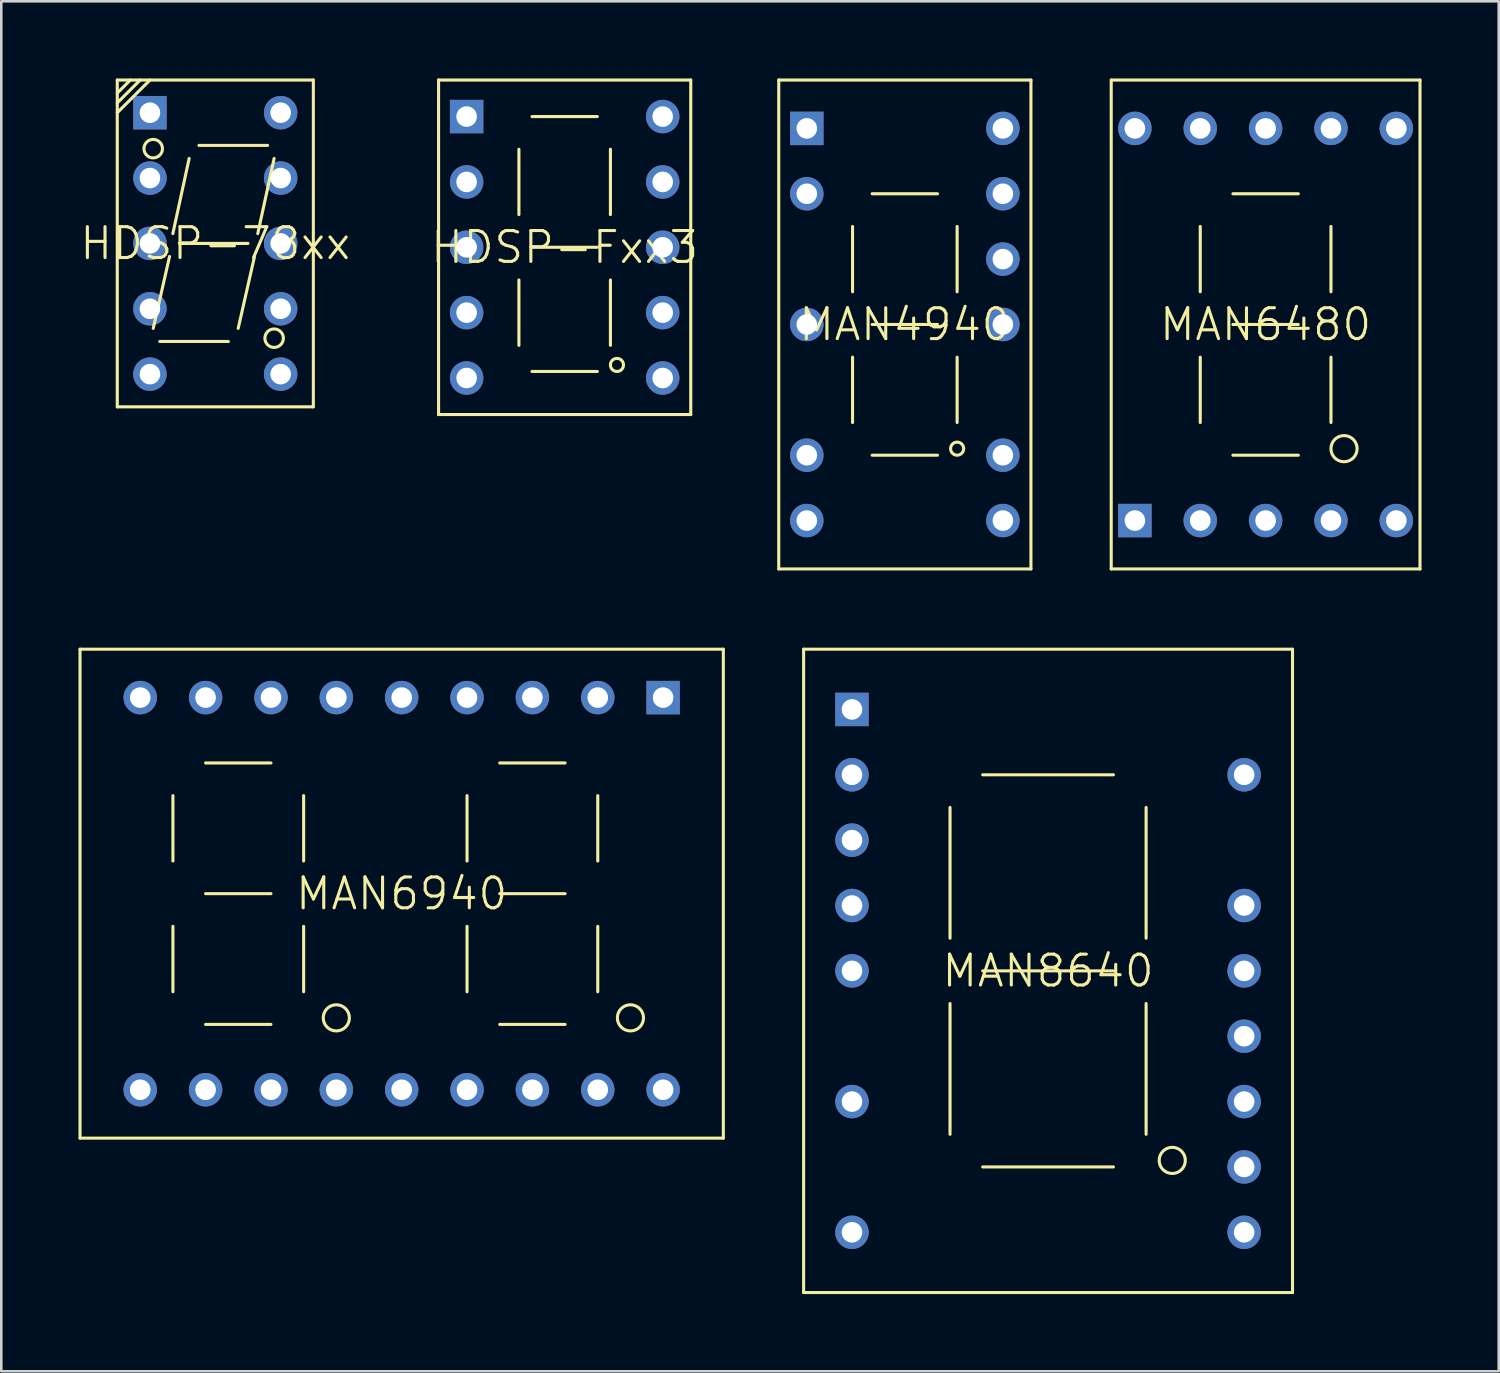
<source format=kicad_pcb>
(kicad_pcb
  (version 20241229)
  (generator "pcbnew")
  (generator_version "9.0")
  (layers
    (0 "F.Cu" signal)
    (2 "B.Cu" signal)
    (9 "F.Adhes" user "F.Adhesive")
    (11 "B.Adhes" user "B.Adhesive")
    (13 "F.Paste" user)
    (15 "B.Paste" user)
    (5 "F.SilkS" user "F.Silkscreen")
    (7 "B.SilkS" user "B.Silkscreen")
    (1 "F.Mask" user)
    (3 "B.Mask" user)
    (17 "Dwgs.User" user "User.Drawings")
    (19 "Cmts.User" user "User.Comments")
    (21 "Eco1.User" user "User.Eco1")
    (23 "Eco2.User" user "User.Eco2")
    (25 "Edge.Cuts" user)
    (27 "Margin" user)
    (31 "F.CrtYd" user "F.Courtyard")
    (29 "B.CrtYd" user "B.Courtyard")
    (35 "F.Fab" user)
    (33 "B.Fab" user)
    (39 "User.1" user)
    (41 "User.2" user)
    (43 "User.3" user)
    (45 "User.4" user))
  (footprint "MAN6480"
    (layer "F.Cu")
    (at 46.134 9.56)
    (property "Reference" "MAN6480" (at 0 0 0) (layer "F.SilkS") (effects (font (size 1.2 1.2) (thickness 0.12))))
    (attr through_hole)
    (fp_line (start -6 -9.5) (end 6 -9.5) (stroke (width 0.12) (type solid)) (layer "F.SilkS"))
    (fp_line (start -6 9.5) (end -6 -9.5) (stroke (width 0.12) (type solid)) (layer "F.SilkS"))
    (fp_line (start -2.54 -1.27) (end -2.54 -3.81) (stroke (width 0.12) (type solid)) (layer "F.SilkS"))
    (fp_line (start -2.54 3.81) (end -2.54 1.27) (stroke (width 0.12) (type solid)) (layer "F.SilkS"))
    (fp_line (start -1.27 0) (end 1.27 0) (stroke (width 0.12) (type solid)) (layer "F.SilkS"))
    (fp_line (start -1.27 5.08) (end 1.27 5.08) (stroke (width 0.12) (type solid)) (layer "F.SilkS"))
    (fp_line (start 1.27 -5.08) (end -1.27 -5.08) (stroke (width 0.12) (type solid)) (layer "F.SilkS"))
    (fp_line (start 2.54 -3.81) (end 2.54 -1.27) (stroke (width 0.12) (type solid)) (layer "F.SilkS"))
    (fp_line (start 2.54 1.27) (end 2.54 3.81) (stroke (width 0.12) (type solid)) (layer "F.SilkS"))
    (fp_line (start 6 -9.5) (end 6 9.5) (stroke (width 0.12) (type solid)) (layer "F.SilkS"))
    (fp_line (start 6 9.5) (end -6 9.5) (stroke (width 0.12) (type solid)) (layer "F.SilkS"))
    (fp_circle (center 3.048 4.826) (end 3.048 5.334) (stroke (width 0.12) (type solid)) (fill no) (layer "F.SilkS"))
    (pad "1" thru_hole rect (at -5.08 7.62) (size 1.3 1.3) (drill 0.8) (layers "*.Cu" "*.Mask"))
    (pad "2" thru_hole circle (at -2.54 7.62) (size 1.3 1.3) (drill 0.8) (layers "*.Cu" "*.Mask"))
    (pad "3" thru_hole circle (at 0 7.62) (size 1.3 1.3) (drill 0.8) (layers "*.Cu" "*.Mask"))
    (pad "4" thru_hole circle (at 2.54 7.62) (size 1.3 1.3) (drill 0.8) (layers "*.Cu" "*.Mask"))
    (pad "5" thru_hole circle (at 5.08 7.62) (size 1.3 1.3) (drill 0.8) (layers "*.Cu" "*.Mask"))
    (pad "6" thru_hole circle (at 5.08 -7.62) (size 1.3 1.3) (drill 0.8) (layers "*.Cu" "*.Mask"))
    (pad "7" thru_hole circle (at 2.54 -7.62) (size 1.3 1.3) (drill 0.8) (layers "*.Cu" "*.Mask"))
    (pad "8" thru_hole circle (at 0 -7.62) (size 1.3 1.3) (drill 0.8) (layers "*.Cu" "*.Mask"))
    (pad "9" thru_hole circle (at -2.54 -7.62) (size 1.3 1.3) (drill 0.8) (layers "*.Cu" "*.Mask"))
    (pad "10" thru_hole circle (at -5.08 -7.62) (size 1.3 1.3) (drill 0.8) (layers "*.Cu" "*.Mask")))
  (footprint "MAN8640"
    (layer "F.Cu")
    (at 37.68 34.68)
    (property "Reference" "MAN8640" (at 0 0 0) (layer "F.SilkS") (effects (font (size 1.2 1.2) (thickness 0.12))))
    (attr through_hole)
    (fp_line (start -9.5 -12.5) (end 9.5 -12.5) (stroke (width 0.12) (type solid)) (layer "F.SilkS"))
    (fp_line (start -9.5 12.5) (end -9.5 -12.5) (stroke (width 0.12) (type solid)) (layer "F.SilkS"))
    (fp_line (start -3.81 -6.35) (end -3.81 -1.27) (stroke (width 0.12) (type solid)) (layer "F.SilkS"))
    (fp_line (start -3.81 1.27) (end -3.81 6.35) (stroke (width 0.12) (type solid)) (layer "F.SilkS"))
    (fp_line (start -2.54 0) (end 2.54 0) (stroke (width 0.12) (type solid)) (layer "F.SilkS"))
    (fp_line (start -2.54 7.62) (end 2.54 7.62) (stroke (width 0.12) (type solid)) (layer "F.SilkS"))
    (fp_line (start 2.54 -7.62) (end -2.54 -7.62) (stroke (width 0.12) (type solid)) (layer "F.SilkS"))
    (fp_line (start 3.81 -1.27) (end 3.81 -6.35) (stroke (width 0.12) (type solid)) (layer "F.SilkS"))
    (fp_line (start 3.81 6.35) (end 3.81 1.27) (stroke (width 0.12) (type solid)) (layer "F.SilkS"))
    (fp_line (start 9.5 -12.5) (end 9.5 12.5) (stroke (width 0.12) (type solid)) (layer "F.SilkS"))
    (fp_line (start 9.5 12.5) (end -9.5 12.5) (stroke (width 0.12) (type solid)) (layer "F.SilkS"))
    (fp_circle (center 4.826 7.366) (end 4.826 7.874) (stroke (width 0.12) (type solid)) (fill no) (layer "F.SilkS"))
    (pad "1" thru_hole rect (at -7.62 -10.16) (size 1.3 1.3) (drill 0.8) (layers "*.Cu" "*.Mask"))
    (pad "2" thru_hole circle (at -7.62 -7.62) (size 1.3 1.3) (drill 0.8) (layers "*.Cu" "*.Mask"))
    (pad "3" thru_hole circle (at -7.62 -5.08) (size 1.3 1.3) (drill 0.8) (layers "*.Cu" "*.Mask"))
    (pad "4" thru_hole circle (at -7.62 -2.54) (size 1.3 1.3) (drill 0.8) (layers "*.Cu" "*.Mask"))
    (pad "5" thru_hole circle (at -7.62 0) (size 1.3 1.3) (drill 0.8) (layers "*.Cu" "*.Mask"))
    (pad "7" thru_hole circle (at -7.62 5.08) (size 1.3 1.3) (drill 0.8) (layers "*.Cu" "*.Mask"))
    (pad "9" thru_hole circle (at -7.62 10.16) (size 1.3 1.3) (drill 0.8) (layers "*.Cu" "*.Mask"))
    (pad "10" thru_hole circle (at 7.62 10.16) (size 1.3 1.3) (drill 0.8) (layers "*.Cu" "*.Mask"))
    (pad "11" thru_hole circle (at 7.62 7.62) (size 1.3 1.3) (drill 0.8) (layers "*.Cu" "*.Mask"))
    (pad "12" thru_hole circle (at 7.62 5.08) (size 1.3 1.3) (drill 0.8) (layers "*.Cu" "*.Mask"))
    (pad "13" thru_hole circle (at 7.62 2.54) (size 1.3 1.3) (drill 0.8) (layers "*.Cu" "*.Mask"))
    (pad "14" thru_hole circle (at 7.62 0) (size 1.3 1.3) (drill 0.8) (layers "*.Cu" "*.Mask"))
    (pad "15" thru_hole circle (at 7.62 -2.54) (size 1.3 1.3) (drill 0.8) (layers "*.Cu" "*.Mask"))
    (pad "17" thru_hole circle (at 7.62 -7.62) (size 1.3 1.3) (drill 0.8) (layers "*.Cu" "*.Mask")))
  (footprint "MAN6940"
    (layer "F.Cu")
    (at 12.56 31.68)
    (property "Reference" "MAN6940" (at 0 0 0) (layer "F.SilkS") (effects (font (size 1.2 1.2) (thickness 0.12))))
    (attr through_hole)
    (fp_line (start -12.5 -9.5) (end 12.5 -9.5) (stroke (width 0.12) (type solid)) (layer "F.SilkS"))
    (fp_line (start -12.5 9.5) (end -12.5 -9.5) (stroke (width 0.12) (type solid)) (layer "F.SilkS"))
    (fp_line (start -8.89 -1.27) (end -8.89 -3.81) (stroke (width 0.12) (type solid)) (layer "F.SilkS"))
    (fp_line (start -8.89 1.27) (end -8.89 3.81) (stroke (width 0.12) (type solid)) (layer "F.SilkS"))
    (fp_line (start -7.62 -5.08) (end -5.08 -5.08) (stroke (width 0.12) (type solid)) (layer "F.SilkS"))
    (fp_line (start -7.62 5.08) (end -5.08 5.08) (stroke (width 0.12) (type solid)) (layer "F.SilkS"))
    (fp_line (start -5.08 0) (end -7.62 0) (stroke (width 0.12) (type solid)) (layer "F.SilkS"))
    (fp_line (start -3.81 -1.27) (end -3.81 -3.81) (stroke (width 0.12) (type solid)) (layer "F.SilkS"))
    (fp_line (start -3.81 3.81) (end -3.81 1.27) (stroke (width 0.12) (type solid)) (layer "F.SilkS"))
    (fp_line (start 2.54 -3.81) (end 2.54 -1.27) (stroke (width 0.12) (type solid)) (layer "F.SilkS"))
    (fp_line (start 2.54 1.27) (end 2.54 3.81) (stroke (width 0.12) (type solid)) (layer "F.SilkS"))
    (fp_line (start 3.81 -5.08) (end 6.35 -5.08) (stroke (width 0.12) (type solid)) (layer "F.SilkS"))
    (fp_line (start 3.81 0) (end 6.35 0) (stroke (width 0.12) (type solid)) (layer "F.SilkS"))
    (fp_line (start 3.81 5.08) (end 6.35 5.08) (stroke (width 0.12) (type solid)) (layer "F.SilkS"))
    (fp_line (start 7.62 -1.27) (end 7.62 -3.81) (stroke (width 0.12) (type solid)) (layer "F.SilkS"))
    (fp_line (start 7.62 3.81) (end 7.62 1.27) (stroke (width 0.12) (type solid)) (layer "F.SilkS"))
    (fp_line (start 12.5 -9.5) (end 12.5 9.5) (stroke (width 0.12) (type solid)) (layer "F.SilkS"))
    (fp_line (start 12.5 9.5) (end -12.5 9.5) (stroke (width 0.12) (type solid)) (layer "F.SilkS"))
    (fp_circle (center -2.54 4.826) (end -2.54 5.334) (stroke (width 0.12) (type solid)) (fill no) (layer "F.SilkS"))
    (fp_circle (center 8.89 4.826) (end 8.89 5.334) (stroke (width 0.12) (type solid)) (fill no) (layer "F.SilkS"))
    (pad "1" thru_hole rect (at 10.16 -7.62) (size 1.3 1.3) (drill 0.8) (layers "*.Cu" "*.Mask"))
    (pad "2" thru_hole circle (at 7.62 -7.62) (size 1.3 1.3) (drill 0.8) (layers "*.Cu" "*.Mask"))
    (pad "3" thru_hole circle (at 5.08 -7.62) (size 1.3 1.3) (drill 0.8) (layers "*.Cu" "*.Mask"))
    (pad "4" thru_hole circle (at 2.54 -7.62) (size 1.3 1.3) (drill 0.8) (layers "*.Cu" "*.Mask"))
    (pad "5" thru_hole circle (at 0 -7.62) (size 1.3 1.3) (drill 0.8) (layers "*.Cu" "*.Mask"))
    (pad "6" thru_hole circle (at -2.54 -7.62) (size 1.3 1.3) (drill 0.8) (layers "*.Cu" "*.Mask"))
    (pad "7" thru_hole circle (at -5.08 -7.62) (size 1.3 1.3) (drill 0.8) (layers "*.Cu" "*.Mask"))
    (pad "8" thru_hole circle (at -7.62 -7.62) (size 1.3 1.3) (drill 0.8) (layers "*.Cu" "*.Mask"))
    (pad "9" thru_hole circle (at -10.16 -7.62) (size 1.3 1.3) (drill 0.8) (layers "*.Cu" "*.Mask"))
    (pad "10" thru_hole circle (at -10.16 7.62) (size 1.3 1.3) (drill 0.8) (layers "*.Cu" "*.Mask"))
    (pad "11" thru_hole circle (at -7.62 7.62) (size 1.3 1.3) (drill 0.8) (layers "*.Cu" "*.Mask"))
    (pad "12" thru_hole circle (at -5.08 7.62) (size 1.3 1.3) (drill 0.8) (layers "*.Cu" "*.Mask"))
    (pad "13" thru_hole circle (at -2.54 7.62) (size 1.3 1.3) (drill 0.8) (layers "*.Cu" "*.Mask"))
    (pad "14" thru_hole circle (at 0 7.62) (size 1.3 1.3) (drill 0.8) (layers "*.Cu" "*.Mask"))
    (pad "15" thru_hole circle (at 2.54 7.62) (size 1.3 1.3) (drill 0.8) (layers "*.Cu" "*.Mask"))
    (pad "16" thru_hole circle (at 5.08 7.62) (size 1.3 1.3) (drill 0.8) (layers "*.Cu" "*.Mask"))
    (pad "17" thru_hole circle (at 7.62 7.62) (size 1.3 1.3) (drill 0.8) (layers "*.Cu" "*.Mask"))
    (pad "18" thru_hole circle (at 10.16 7.62) (size 1.3 1.3) (drill 0.8) (layers "*.Cu" "*.Mask")))
  (footprint "HDSP-Fxx3"
    (layer "F.Cu")
    (at 18.894 6.56)
    (property "Reference" "HDSP-Fxx3" (at 0 0 0) (layer "F.SilkS") (effects (font (size 1.2 1.2) (thickness 0.12))))
    (attr through_hole)
    (fp_line (start -4.9 -6.5) (end 4.9 -6.5) (stroke (width 0.12) (type solid)) (layer "F.SilkS"))
    (fp_line (start -4.9 6.5) (end -4.9 -6.5) (stroke (width 0.12) (type solid)) (layer "F.SilkS"))
    (fp_line (start -1.778 -3.81) (end -1.778 -1.27) (stroke (width 0.12) (type solid)) (layer "F.SilkS"))
    (fp_line (start -1.778 1.27) (end -1.778 3.81) (stroke (width 0.12) (type solid)) (layer "F.SilkS"))
    (fp_line (start -1.27 -5.08) (end 1.27 -5.08) (stroke (width 0.12) (type solid)) (layer "F.SilkS"))
    (fp_line (start -1.27 0) (end 1.27 0) (stroke (width 0.12) (type solid)) (layer "F.SilkS"))
    (fp_line (start -1.27 4.826) (end 1.27 4.826) (stroke (width 0.12) (type solid)) (layer "F.SilkS"))
    (fp_line (start 1.778 -1.27) (end 1.778 -3.81) (stroke (width 0.12) (type solid)) (layer "F.SilkS"))
    (fp_line (start 1.778 3.81) (end 1.778 1.27) (stroke (width 0.12) (type solid)) (layer "F.SilkS"))
    (fp_line (start 4.9 -6.5) (end 4.9 6.5) (stroke (width 0.12) (type solid)) (layer "F.SilkS"))
    (fp_line (start 4.9 6.5) (end -4.9 6.5) (stroke (width 0.12) (type solid)) (layer "F.SilkS"))
    (fp_circle (center 2.032 4.572) (end 2.032 4.318) (stroke (width 0.12) (type solid)) (fill no) (layer "F.SilkS"))
    (pad "1" thru_hole rect (at -3.81 -5.08) (size 1.3 1.3) (drill 0.8) (layers "*.Cu" "*.Mask"))
    (pad "2" thru_hole circle (at -3.81 -2.54) (size 1.3 1.3) (drill 0.8) (layers "*.Cu" "*.Mask"))
    (pad "3" thru_hole circle (at -3.81 0) (size 1.3 1.3) (drill 0.8) (layers "*.Cu" "*.Mask"))
    (pad "4" thru_hole circle (at -3.81 2.54) (size 1.3 1.3) (drill 0.8) (layers "*.Cu" "*.Mask"))
    (pad "5" thru_hole circle (at -3.81 5.08) (size 1.3 1.3) (drill 0.8) (layers "*.Cu" "*.Mask"))
    (pad "6" thru_hole circle (at 3.81 5.08) (size 1.3 1.3) (drill 0.8) (layers "*.Cu" "*.Mask"))
    (pad "7" thru_hole circle (at 3.81 2.54) (size 1.3 1.3) (drill 0.8) (layers "*.Cu" "*.Mask"))
    (pad "8" thru_hole circle (at 3.81 0) (size 1.3 1.3) (drill 0.8) (layers "*.Cu" "*.Mask"))
    (pad "9" thru_hole circle (at 3.81 -2.54) (size 1.3 1.3) (drill 0.8) (layers "*.Cu" "*.Mask"))
    (pad "10" thru_hole circle (at 3.81 -5.08) (size 1.3 1.3) (drill 0.8) (layers "*.Cu" "*.Mask")))
  (footprint "MAN4940"
    (layer "F.Cu")
    (at 32.114 9.56)
    (property "Reference" "MAN4940" (at 0 0 0) (layer "F.SilkS") (effects (font (size 1.2 1.2) (thickness 0.12))))
    (attr through_hole)
    (fp_line (start -4.9 -9.5) (end 4.9 -9.5) (stroke (width 0.12) (type solid)) (layer "F.SilkS"))
    (fp_line (start -4.9 9.5) (end -4.9 -9.5) (stroke (width 0.12) (type solid)) (layer "F.SilkS"))
    (fp_line (start -2.032 -1.27) (end -2.032 -3.81) (stroke (width 0.12) (type solid)) (layer "F.SilkS"))
    (fp_line (start -2.032 3.81) (end -2.032 1.27) (stroke (width 0.12) (type solid)) (layer "F.SilkS"))
    (fp_line (start -1.27 -5.08) (end 1.27 -5.08) (stroke (width 0.12) (type solid)) (layer "F.SilkS"))
    (fp_line (start -1.27 0) (end 1.27 0) (stroke (width 0.12) (type solid)) (layer "F.SilkS"))
    (fp_line (start 1.27 5.08) (end -1.27 5.08) (stroke (width 0.12) (type solid)) (layer "F.SilkS"))
    (fp_line (start 2.032 -1.27) (end 2.032 -3.81) (stroke (width 0.12) (type solid)) (layer "F.SilkS"))
    (fp_line (start 2.032 1.27) (end 2.032 3.81) (stroke (width 0.12) (type solid)) (layer "F.SilkS"))
    (fp_line (start 4.9 -9.5) (end 4.9 9.5) (stroke (width 0.12) (type solid)) (layer "F.SilkS"))
    (fp_line (start 4.9 9.5) (end -4.9 9.5) (stroke (width 0.12) (type solid)) (layer "F.SilkS"))
    (fp_circle (center 2.032 4.826) (end 2.032 5.08) (stroke (width 0.12) (type solid)) (fill no) (layer "F.SilkS"))
    (pad "1" thru_hole rect (at -3.81 -7.62) (size 1.3 1.3) (drill 0.8) (layers "*.Cu" "*.Mask"))
    (pad "2" thru_hole circle (at -3.81 -5.08) (size 1.3 1.3) (drill 0.8) (layers "*.Cu" "*.Mask"))
    (pad "4" thru_hole circle (at -3.81 0) (size 1.3 1.3) (drill 0.8) (layers "*.Cu" "*.Mask"))
    (pad "6" thru_hole circle (at -3.81 5.08) (size 1.3 1.3) (drill 0.8) (layers "*.Cu" "*.Mask"))
    (pad "7" thru_hole circle (at -3.81 7.62) (size 1.3 1.3) (drill 0.8) (layers "*.Cu" "*.Mask"))
    (pad "8" thru_hole circle (at 3.81 7.62) (size 1.3 1.3) (drill 0.8) (layers "*.Cu" "*.Mask"))
    (pad "9" thru_hole circle (at 3.81 5.08) (size 1.3 1.3) (drill 0.8) (layers "*.Cu" "*.Mask"))
    (pad "11" thru_hole circle (at 3.81 0) (size 1.3 1.3) (drill 0.8) (layers "*.Cu" "*.Mask"))
    (pad "12" thru_hole circle (at 3.81 -2.54) (size 1.3 1.3) (drill 0.8) (layers "*.Cu" "*.Mask"))
    (pad "13" thru_hole circle (at 3.81 -5.08) (size 1.3 1.3) (drill 0.8) (layers "*.Cu" "*.Mask"))
    (pad "14" thru_hole circle (at 3.81 -7.62) (size 1.3 1.3) (drill 0.8) (layers "*.Cu" "*.Mask")))
  (footprint "HDSP-78xx"
    (layer "F.Cu")
    (at 5.317 6.41)
    (property "Reference" "HDSP-78xx" (at 0 0 0) (layer "F.SilkS") (effects (font (size 1.2 1.2) (thickness 0.12))))
    (attr through_hole)
    (fp_line (start -3.81 -6.35) (end -3.81 6.35) (stroke (width 0.12) (type solid)) (layer "F.SilkS"))
    (fp_line (start -3.81 -5.842) (end -3.302 -6.35) (stroke (width 0.12) (type solid)) (layer "F.SilkS"))
    (fp_line (start -3.81 -5.461) (end -2.921 -6.35) (stroke (width 0.12) (type solid)) (layer "F.SilkS"))
    (fp_line (start -3.81 -5.08) (end -2.54 -6.35) (stroke (width 0.12) (type solid)) (layer "F.SilkS"))
    (fp_line (start -3.81 6.35) (end 3.81 6.35) (stroke (width 0.12) (type solid)) (layer "F.SilkS"))
    (fp_line (start -2.413 3.302) (end -1.778 0.508) (stroke (width 0.12) (type solid)) (layer "F.SilkS"))
    (fp_line (start -2.159 3.81) (end 0.508 3.81) (stroke (width 0.12) (type solid)) (layer "F.SilkS"))
    (fp_line (start -1.65 -0.381) (end -1.016 -3.302) (stroke (width 0.12) (type solid)) (layer "F.SilkS"))
    (fp_line (start -1.397 0) (end 1.27 0) (stroke (width 0.12) (type solid)) (layer "F.SilkS"))
    (fp_line (start -0.635 -3.81) (end 2.032 -3.81) (stroke (width 0.12) (type solid)) (layer "F.SilkS"))
    (fp_line (start 0.889 3.302) (end 1.524 0.508) (stroke (width 0.12) (type solid)) (layer "F.SilkS"))
    (fp_line (start 1.65 -0.381) (end 2.286 -3.302) (stroke (width 0.12) (type solid)) (layer "F.SilkS"))
    (fp_line (start 3.81 -6.35) (end -3.81 -6.35) (stroke (width 0.12) (type solid)) (layer "F.SilkS"))
    (fp_line (start 3.81 6.35) (end 3.81 -6.35) (stroke (width 0.12) (type solid)) (layer "F.SilkS"))
    (fp_circle (center -2.413 -3.683) (end -2.159 -3.429) (stroke (width 0.12) (type solid)) (fill no) (layer "F.SilkS"))
    (fp_circle (center 2.286 3.683) (end 2.54 3.937) (stroke (width 0.12) (type solid)) (fill no) (layer "F.SilkS"))
    (pad "1" thru_hole rect (at -2.54 -5.08) (size 1.3 1.3) (drill 0.8) (layers "*.Cu" "*.Mask"))
    (pad "2" thru_hole circle (at -2.54 -2.54) (size 1.3 1.3) (drill 0.8) (layers "*.Cu" "*.Mask"))
    (pad "3" thru_hole circle (at -2.54 0) (size 1.3 1.3) (drill 0.8) (layers "*.Cu" "*.Mask"))
    (pad "4" thru_hole circle (at -2.54 2.54) (size 1.3 1.3) (drill 0.8) (layers "*.Cu" "*.Mask"))
    (pad "5" thru_hole circle (at -2.54 5.08) (size 1.3 1.3) (drill 0.8) (layers "*.Cu" "*.Mask"))
    (pad "6" thru_hole circle (at 2.54 5.08) (size 1.3 1.3) (drill 0.8) (layers "*.Cu" "*.Mask"))
    (pad "7" thru_hole circle (at 2.54 2.54) (size 1.3 1.3) (drill 0.8) (layers "*.Cu" "*.Mask"))
    (pad "8" thru_hole circle (at 2.54 0) (size 1.3 1.3) (drill 0.8) (layers "*.Cu" "*.Mask"))
    (pad "9" thru_hole circle (at 2.54 -2.54) (size 1.3 1.3) (drill 0.8) (layers "*.Cu" "*.Mask"))
    (pad "10" thru_hole circle (at 2.54 -5.08) (size 1.3 1.3) (drill 0.8) (layers "*.Cu" "*.Mask")))
  (gr_rect
    (start -3 -3)
    (end 55.194 50.24)
    (stroke (width 0.1) (type default))
    (fill no)
    (layer "Edge.Cuts")))
</source>
